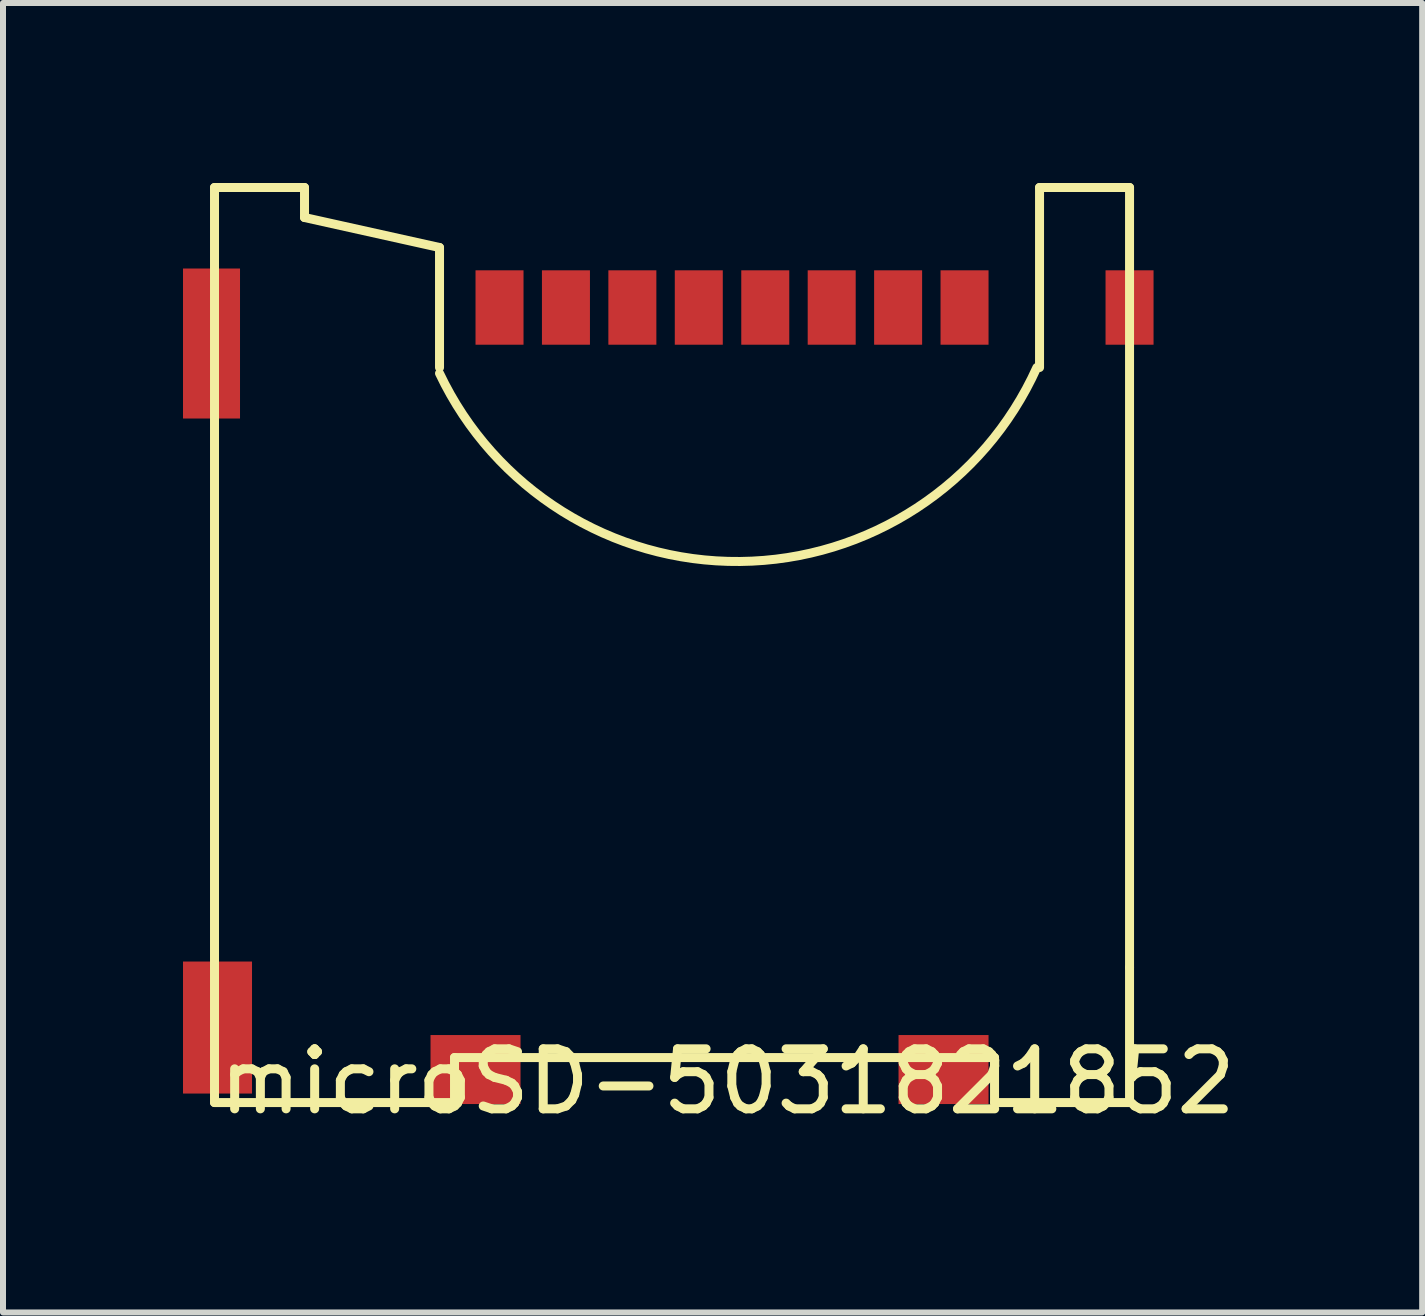
<source format=kicad_pcb>
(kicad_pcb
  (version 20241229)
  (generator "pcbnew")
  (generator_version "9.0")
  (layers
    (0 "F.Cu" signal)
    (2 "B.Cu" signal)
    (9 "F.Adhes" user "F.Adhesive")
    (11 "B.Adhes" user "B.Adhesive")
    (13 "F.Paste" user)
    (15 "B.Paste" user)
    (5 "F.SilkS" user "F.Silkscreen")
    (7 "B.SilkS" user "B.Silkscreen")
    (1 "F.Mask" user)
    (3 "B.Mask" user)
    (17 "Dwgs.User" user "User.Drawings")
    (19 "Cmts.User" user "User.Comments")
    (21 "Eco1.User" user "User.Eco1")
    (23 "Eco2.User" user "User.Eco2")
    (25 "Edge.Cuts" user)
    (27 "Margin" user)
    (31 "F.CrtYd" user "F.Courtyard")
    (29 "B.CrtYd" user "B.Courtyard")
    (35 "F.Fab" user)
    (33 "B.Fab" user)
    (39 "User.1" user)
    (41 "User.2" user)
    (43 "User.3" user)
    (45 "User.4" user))
  (footprint "microSD-5031821852"
    (layer "F.Cu")
    (at 8.775 9.075)
    (property "Reference" "microSD-5031821852" (at 0.3 5.9 0) (layer "F.SilkS") (effects (font (size 1 1) (thickness 0.15))))
    (attr through_hole)
    (fp_line (start -8.25 -9) (end -6.75 -9) (stroke (width 0.15) (type solid)) (layer "F.SilkS"))
    (fp_line (start -8.25 4) (end -8.25 -9) (stroke (width 0.15) (type solid)) (layer "F.SilkS"))
    (fp_line (start -8.25 4) (end -8.25 6.25) (stroke (width 0.15) (type solid)) (layer "F.SilkS"))
    (fp_line (start -8.25 6.25) (end -4.25 6.25) (stroke (width 0.15) (type solid)) (layer "F.SilkS"))
    (fp_line (start -6.75 -9) (end -6.75 -8.5) (stroke (width 0.15) (type solid)) (layer "F.SilkS"))
    (fp_line (start -6.75 -8.5) (end -4.5 -8) (stroke (width 0.15) (type solid)) (layer "F.SilkS"))
    (fp_line (start -4.5 -8) (end -4.5 -6) (stroke (width 0.15) (type solid)) (layer "F.SilkS"))
    (fp_line (start -4.25 5.5) (end 4.75 5.5) (stroke (width 0.15) (type solid)) (layer "F.SilkS"))
    (fp_line (start -4.25 6.25) (end -4.25 5.5) (stroke (width 0.15) (type solid)) (layer "F.SilkS"))
    (fp_line (start 4.75 5.5) (end 4.75 6.25) (stroke (width 0.15) (type solid)) (layer "F.SilkS"))
    (fp_line (start 4.75 6.25) (end 7 6.25) (stroke (width 0.15) (type solid)) (layer "F.SilkS"))
    (fp_line (start 5.5 -9) (end 7 -9) (stroke (width 0.15) (type solid)) (layer "F.SilkS"))
    (fp_line (start 5.5 -6) (end 5.5 -9) (stroke (width 0.15) (type solid)) (layer "F.SilkS"))
    (fp_line (start 7 -9) (end 7 4) (stroke (width 0.15) (type solid)) (layer "F.SilkS"))
    (fp_line (start 7 6.25) (end 7 4) (stroke (width 0.15) (type solid)) (layer "F.SilkS"))
    (fp_arc (start 5.45513 -6) (mid 0.508643 -2.767333) (end -4.5 -5.902833) (stroke (width 0.15) (type solid)) (layer "F.SilkS"))
    (pad "1" smd rect (at 4.25 -7) (size 0.8 1.24) (layers "F.Cu" "F.Mask" "F.Paste"))
    (pad "2" smd rect (at 3.143 -7) (size 0.8 1.24) (layers "F.Cu" "F.Mask" "F.Paste"))
    (pad "3" smd rect (at 2.036 -7) (size 0.8 1.24) (layers "F.Cu" "F.Mask" "F.Paste"))
    (pad "4" smd rect (at 0.929 -7) (size 0.8 1.24) (layers "F.Cu" "F.Mask" "F.Paste"))
    (pad "5" smd rect (at -0.179 -7) (size 0.8 1.24) (layers "F.Cu" "F.Mask" "F.Paste"))
    (pad "6" smd rect (at -1.286 -7) (size 0.8 1.24) (layers "F.Cu" "F.Mask" "F.Paste"))
    (pad "7" smd rect (at -2.393 -7) (size 0.8 1.24) (layers "F.Cu" "F.Mask" "F.Paste"))
    (pad "8" smd rect (at -3.5 -7) (size 0.8 1.24) (layers "F.Cu" "F.Mask" "F.Paste"))
    (pad "9" smd rect (at -8.3 -6.4) (size 0.95 2.5) (layers "F.Cu" "F.Mask" "F.Paste"))
    (pad "9" smd rect (at -8.2 5) (size 1.15 2.2) (layers "F.Cu" "F.Mask" "F.Paste"))
    (pad "9" smd rect (at -3.9 5.7) (size 1.5 1.15) (layers "F.Cu" "F.Mask" "F.Paste"))
    (pad "9" smd rect (at 3.9 5.7) (size 1.5 1.15) (layers "F.Cu" "F.Mask" "F.Paste"))
    (pad "9" smd rect (at 7 -7) (size 0.8 1.24) (layers "F.Cu" "F.Mask" "F.Paste")))
  (gr_rect
    (start -3 -3)
    (end 20.652 18.823)
    (stroke (width 0.1) (type default))
    (fill no)
    (layer "Edge.Cuts")))
</source>
